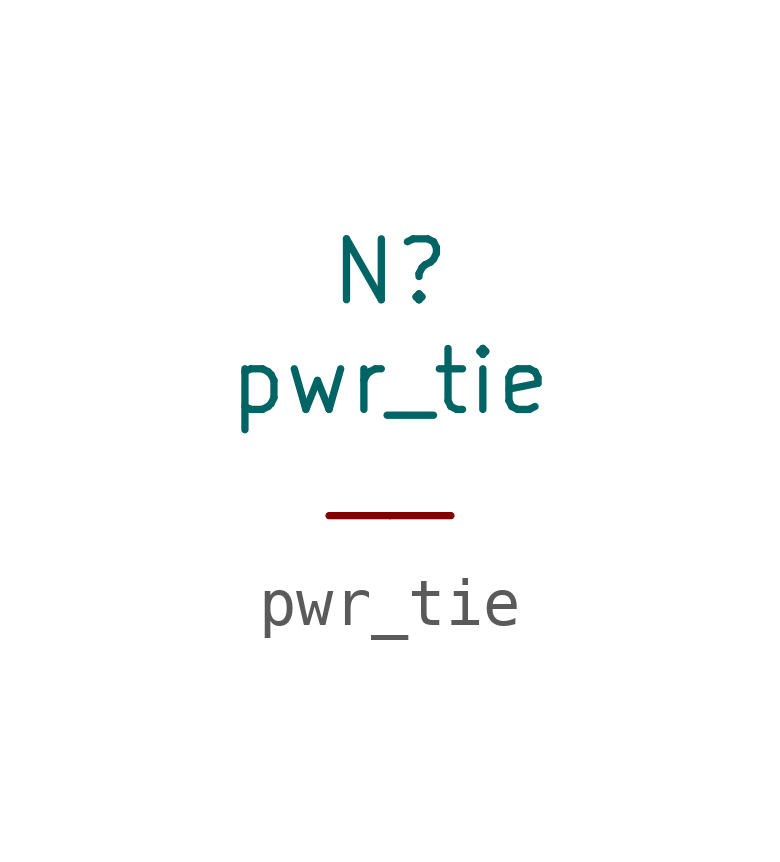
<source format=kicad_sym>
(kicad_symbol_lib
  (version 20211014)
  (generator kicad_symbol_editor)
  (symbol "pwr_tie"
    (pin_numbers hide)
    (pin_names
      (offset 0) hide)
    (property "Reference" "N"
      (at 0 5.08 0)
      (effects (font (size 1.27 1.27))))
    (property "Value" "pwr_tie"
      (at 0 2.794 0)
      (effects (font (size 1.27 1.27))))
    (symbol "pwr_tie_1_1"
      (pin passive line (at -1.27 0 0) (length 1.27) (name "A" (effects (font (size 1.27 1.27)))) (number "1" (effects (font (size 1.27 1.27)))))
      (pin passive line (at 1.27 0 180) (length 1.27) (name "C" (effects (font (size 1.27 1.27)))) (number "2" (effects (font (size 1.27 1.27))))))))
</source>
